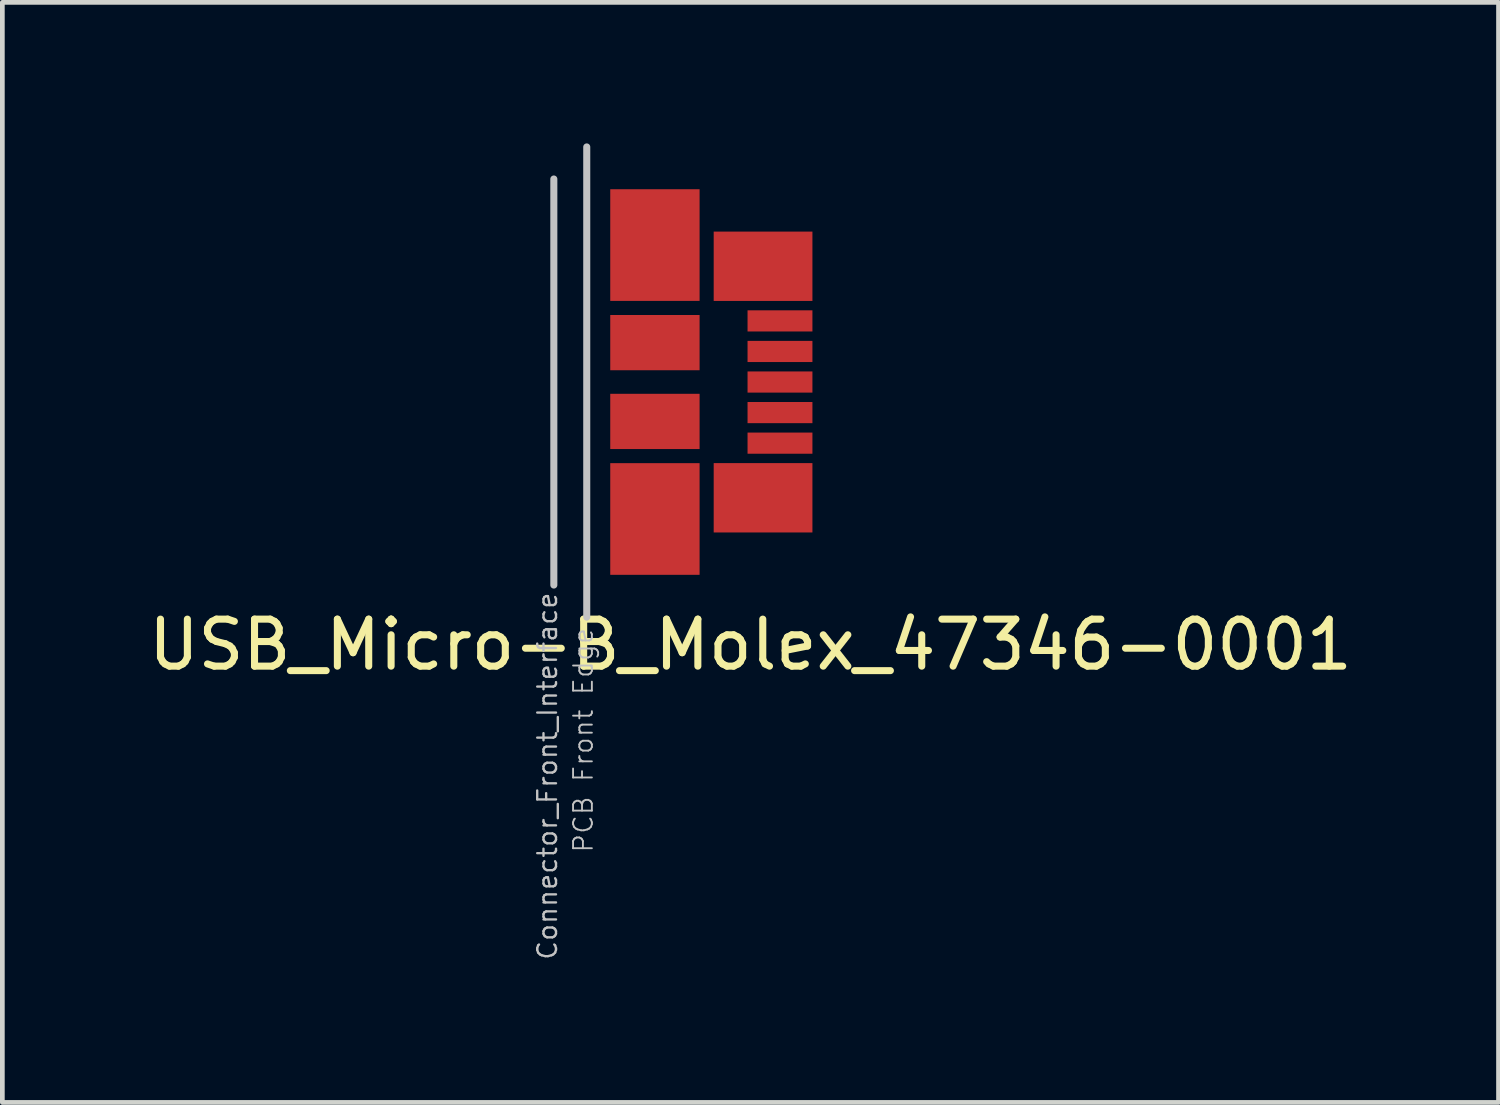
<source format=kicad_pcb>
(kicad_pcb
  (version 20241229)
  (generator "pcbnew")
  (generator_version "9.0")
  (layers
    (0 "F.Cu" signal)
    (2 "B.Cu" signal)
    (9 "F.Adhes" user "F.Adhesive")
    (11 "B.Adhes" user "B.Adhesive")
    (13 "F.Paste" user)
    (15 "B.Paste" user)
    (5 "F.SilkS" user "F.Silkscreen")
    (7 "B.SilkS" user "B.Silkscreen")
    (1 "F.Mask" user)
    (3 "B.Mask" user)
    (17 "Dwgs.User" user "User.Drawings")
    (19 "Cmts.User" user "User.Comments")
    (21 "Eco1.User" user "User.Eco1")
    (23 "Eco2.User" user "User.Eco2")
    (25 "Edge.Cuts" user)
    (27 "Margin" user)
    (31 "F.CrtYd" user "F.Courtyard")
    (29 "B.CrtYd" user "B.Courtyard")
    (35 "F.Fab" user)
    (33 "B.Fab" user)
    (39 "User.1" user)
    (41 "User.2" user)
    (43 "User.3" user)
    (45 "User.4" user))
  (footprint "USB_Micro-B_Molex_47346-0001"
    (layer "F.Cu")
    (at 10.879 5.075)
    (property "Reference" "USB_Micro-B_Molex_47346-0001" (at 2.032 5.588 180) (layer "F.SilkS") (effects (font (size 1 1) (thickness 0.15))))
    (attr through_hole)
    (fp_line (start -2.15 -4.318) (end -2.15 4.318) (stroke (width 0.15) (type solid)) (layer "Dwgs.User"))
    (fp_line (start -1.45 -5) (end -1.45 5) (stroke (width 0.15) (type solid)) (layer "Dwgs.User"))
    (fp_text user "PCB Front Edge" (at -1.524 7.62 90) (layer "Dwgs.User") (effects (font (size 0.4 0.4) (thickness 0.04))))
    (fp_text user "Connector_Front_Interface" (at -2.286 8.382 90) (layer "Dwgs.User") (effects (font (size 0.4 0.4) (thickness 0.05))))
    (pad "1" smd rect (at 2.66 -1.3) (size 1.38 0.45) (layers "F.Cu" "F.Mask" "F.Paste"))
    (pad "2" smd rect (at 2.66 -0.65) (size 1.38 0.45) (layers "F.Cu" "F.Mask" "F.Paste"))
    (pad "3" smd rect (at 2.66 0) (size 1.38 0.45) (layers "F.Cu" "F.Mask" "F.Paste"))
    (pad "4" smd rect (at 2.66 0.65) (size 1.38 0.45) (layers "F.Cu" "F.Mask" "F.Paste"))
    (pad "5" smd rect (at 2.66 1.3) (size 1.38 0.45) (layers "F.Cu" "F.Mask" "F.Paste"))
    (pad "6" smd rect (at 0 -2.913) (size 1.9 2.375) (layers "F.Cu" "F.Mask" "F.Paste"))
    (pad "6" smd rect (at 0 -0.838) (size 1.9 1.175) (layers "F.Cu" "F.Mask" "F.Paste"))
    (pad "6" smd rect (at 0 0.838) (size 1.9 1.175) (layers "F.Cu" "F.Mask" "F.Paste"))
    (pad "6" smd rect (at 0 2.913) (size 1.9 2.375) (layers "F.Cu" "F.Mask" "F.Paste"))
    (pad "6" smd rect (at 2.3 -2.462) (size 2.1 1.475) (layers "F.Cu" "F.Mask" "F.Paste"))
    (pad "6" smd rect (at 2.3 2.462) (size 2.1 1.475) (layers "F.Cu" "F.Mask" "F.Paste")))
  (gr_rect
    (start -3 -3)
    (end 28.821 20.397)
    (stroke (width 0.1) (type default))
    (fill no)
    (layer "Edge.Cuts")))
</source>
